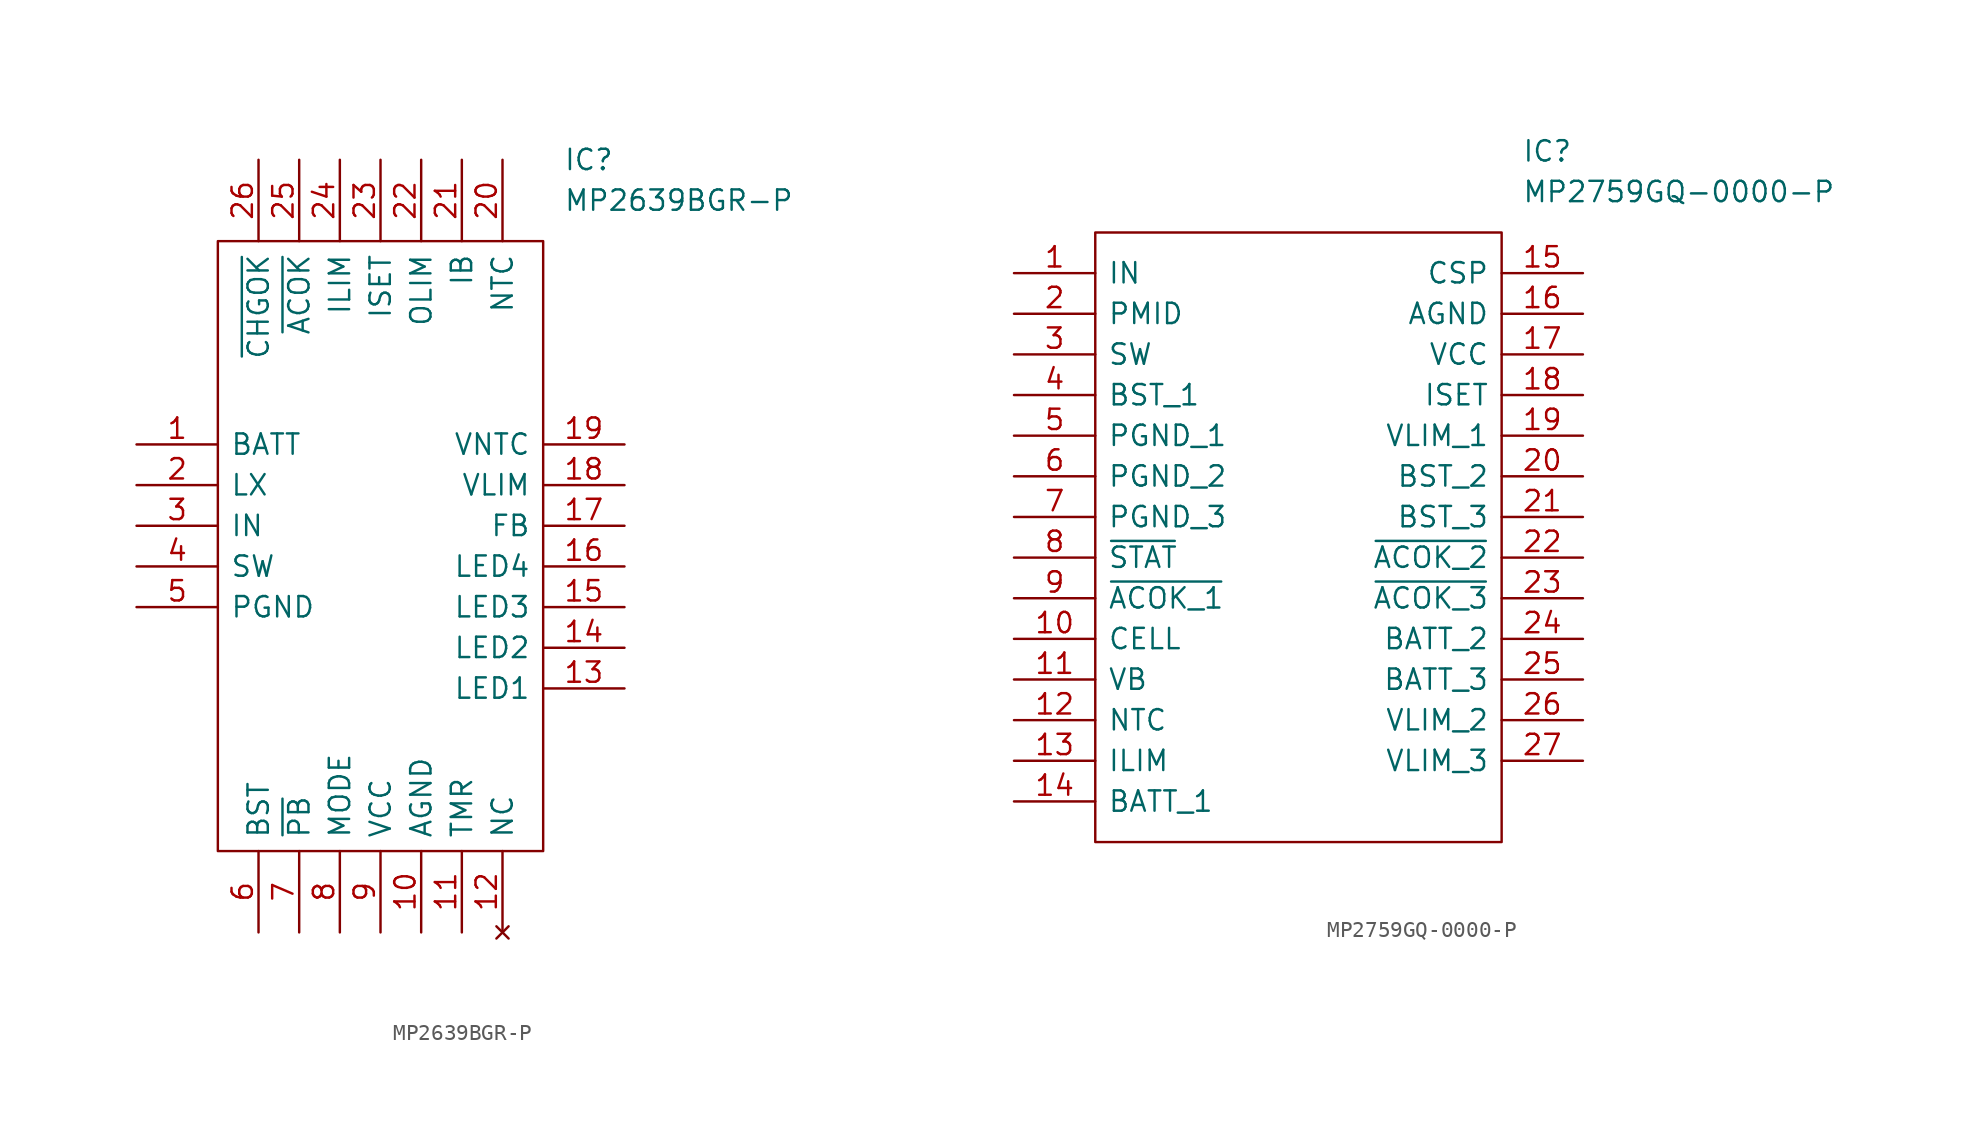
<source format=kicad_sym>
(kicad_symbol_lib
  (version 20211014)
  (generator kicad_symbol_editor)
  (symbol "MP2639BGR-P"
    (pin_names
      (offset 0.762))
    (property "Reference" "IC"
      (at 26.67 17.78 0)
      (effects (font (size 1.27 1.27)) (justify left)))
    (property "Value" "MP2639BGR-P"
      (at 26.67 15.24 0)
      (effects (font (size 1.27 1.27)) (justify left)))
    (symbol "MP2639BGR-P_0_0"
      (pin passive line (at 0 0 0) (length 5.08) (name "BATT" (effects (font (size 1.27 1.27)))) (number "1" (effects (font (size 1.27 1.27)))))
      (pin passive line (at 17.78 -30.48 90) (length 5.08) (name "AGND" (effects (font (size 1.27 1.27)))) (number "10" (effects (font (size 1.27 1.27)))))
      (pin passive line (at 20.32 -30.48 90) (length 5.08) (name "TMR" (effects (font (size 1.27 1.27)))) (number "11" (effects (font (size 1.27 1.27)))))
      (pin no_connect line (at 22.86 -30.48 90) (length 5.08) (name "NC" (effects (font (size 1.27 1.27)))) (number "12" (effects (font (size 1.27 1.27)))))
      (pin passive line (at 30.48 -15.24 180) (length 5.08) (name "LED1" (effects (font (size 1.27 1.27)))) (number "13" (effects (font (size 1.27 1.27)))))
      (pin passive line (at 30.48 -12.7 180) (length 5.08) (name "LED2" (effects (font (size 1.27 1.27)))) (number "14" (effects (font (size 1.27 1.27)))))
      (pin passive line (at 30.48 -10.16 180) (length 5.08) (name "LED3" (effects (font (size 1.27 1.27)))) (number "15" (effects (font (size 1.27 1.27)))))
      (pin passive line (at 30.48 -7.62 180) (length 5.08) (name "LED4" (effects (font (size 1.27 1.27)))) (number "16" (effects (font (size 1.27 1.27)))))
      (pin passive line (at 30.48 -5.08 180) (length 5.08) (name "FB" (effects (font (size 1.27 1.27)))) (number "17" (effects (font (size 1.27 1.27)))))
      (pin passive line (at 30.48 -2.54 180) (length 5.08) (name "VLIM" (effects (font (size 1.27 1.27)))) (number "18" (effects (font (size 1.27 1.27)))))
      (pin passive line (at 30.48 0 180) (length 5.08) (name "VNTC" (effects (font (size 1.27 1.27)))) (number "19" (effects (font (size 1.27 1.27)))))
      (pin passive line (at 0 -2.54 0) (length 5.08) (name "LX" (effects (font (size 1.27 1.27)))) (number "2" (effects (font (size 1.27 1.27)))))
      (pin passive line (at 22.86 17.78 270) (length 5.08) (name "NTC" (effects (font (size 1.27 1.27)))) (number "20" (effects (font (size 1.27 1.27)))))
      (pin passive line (at 20.32 17.78 270) (length 5.08) (name "IB" (effects (font (size 1.27 1.27)))) (number "21" (effects (font (size 1.27 1.27)))))
      (pin passive line (at 17.78 17.78 270) (length 5.08) (name "OLIM" (effects (font (size 1.27 1.27)))) (number "22" (effects (font (size 1.27 1.27)))))
      (pin passive line (at 15.24 17.78 270) (length 5.08) (name "ISET" (effects (font (size 1.27 1.27)))) (number "23" (effects (font (size 1.27 1.27)))))
      (pin passive line (at 12.7 17.78 270) (length 5.08) (name "ILIM" (effects (font (size 1.27 1.27)))) (number "24" (effects (font (size 1.27 1.27)))))
      (pin passive line (at 10.16 17.78 270) (length 5.08) (name "~{ACOK}" (effects (font (size 1.27 1.27)))) (number "25" (effects (font (size 1.27 1.27)))))
      (pin passive line (at 7.62 17.78 270) (length 5.08) (name "~{CHGOK}" (effects (font (size 1.27 1.27)))) (number "26" (effects (font (size 1.27 1.27)))))
      (pin passive line (at 0 -5.08 0) (length 5.08) (name "IN" (effects (font (size 1.27 1.27)))) (number "3" (effects (font (size 1.27 1.27)))))
      (pin passive line (at 0 -7.62 0) (length 5.08) (name "SW" (effects (font (size 1.27 1.27)))) (number "4" (effects (font (size 1.27 1.27)))))
      (pin passive line (at 0 -10.16 0) (length 5.08) (name "PGND" (effects (font (size 1.27 1.27)))) (number "5" (effects (font (size 1.27 1.27)))))
      (pin passive line (at 7.62 -30.48 90) (length 5.08) (name "BST" (effects (font (size 1.27 1.27)))) (number "6" (effects (font (size 1.27 1.27)))))
      (pin passive line (at 10.16 -30.48 90) (length 5.08) (name "~{PB}" (effects (font (size 1.27 1.27)))) (number "7" (effects (font (size 1.27 1.27)))))
      (pin passive line (at 12.7 -30.48 90) (length 5.08) (name "MODE" (effects (font (size 1.27 1.27)))) (number "8" (effects (font (size 1.27 1.27)))))
      (pin passive line (at 15.24 -30.48 90) (length 5.08) (name "VCC" (effects (font (size 1.27 1.27)))) (number "9" (effects (font (size 1.27 1.27))))))
    (symbol "MP2639BGR-P_0_1"
      (polyline (pts (xy 5.08 12.7) (xy 25.4 12.7) (xy 25.4 -25.4) (xy 5.08 -25.4) (xy 5.08 12.7)) (stroke (width 0.152) (type default) (color 0 0 0 0)) (fill (type none)))))
  (symbol "MP2759GQ-0000-P"
    (pin_names
      (offset 0.762))
    (property "Reference" "IC"
      (at 31.75 7.62 0)
      (effects (font (size 1.27 1.27)) (justify left)))
    (property "Value" "MP2759GQ-0000-P"
      (at 31.75 5.08 0)
      (effects (font (size 1.27 1.27)) (justify left)))
    (symbol "MP2759GQ-0000-P_0_0"
      (pin passive line (at 0 0 0) (length 5.08) (name "IN" (effects (font (size 1.27 1.27)))) (number "1" (effects (font (size 1.27 1.27)))))
      (pin passive line (at 0 -22.86 0) (length 5.08) (name "CELL" (effects (font (size 1.27 1.27)))) (number "10" (effects (font (size 1.27 1.27)))))
      (pin passive line (at 0 -25.4 0) (length 5.08) (name "VB" (effects (font (size 1.27 1.27)))) (number "11" (effects (font (size 1.27 1.27)))))
      (pin passive line (at 0 -27.94 0) (length 5.08) (name "NTC" (effects (font (size 1.27 1.27)))) (number "12" (effects (font (size 1.27 1.27)))))
      (pin passive line (at 0 -30.48 0) (length 5.08) (name "ILIM" (effects (font (size 1.27 1.27)))) (number "13" (effects (font (size 1.27 1.27)))))
      (pin passive line (at 0 -33.02 0) (length 5.08) (name "BATT_1" (effects (font (size 1.27 1.27)))) (number "14" (effects (font (size 1.27 1.27)))))
      (pin passive line (at 35.56 0 180) (length 5.08) (name "CSP" (effects (font (size 1.27 1.27)))) (number "15" (effects (font (size 1.27 1.27)))))
      (pin passive line (at 35.56 -2.54 180) (length 5.08) (name "AGND" (effects (font (size 1.27 1.27)))) (number "16" (effects (font (size 1.27 1.27)))))
      (pin passive line (at 35.56 -5.08 180) (length 5.08) (name "VCC" (effects (font (size 1.27 1.27)))) (number "17" (effects (font (size 1.27 1.27)))))
      (pin passive line (at 35.56 -7.62 180) (length 5.08) (name "ISET" (effects (font (size 1.27 1.27)))) (number "18" (effects (font (size 1.27 1.27)))))
      (pin passive line (at 35.56 -10.16 180) (length 5.08) (name "VLIM_1" (effects (font (size 1.27 1.27)))) (number "19" (effects (font (size 1.27 1.27)))))
      (pin passive line (at 0 -2.54 0) (length 5.08) (name "PMID" (effects (font (size 1.27 1.27)))) (number "2" (effects (font (size 1.27 1.27)))))
      (pin passive line (at 35.56 -12.7 180) (length 5.08) (name "BST_2" (effects (font (size 1.27 1.27)))) (number "20" (effects (font (size 1.27 1.27)))))
      (pin passive line (at 35.56 -15.24 180) (length 5.08) (name "BST_3" (effects (font (size 1.27 1.27)))) (number "21" (effects (font (size 1.27 1.27)))))
      (pin passive line (at 35.56 -17.78 180) (length 5.08) (name "~{ACOK_2}" (effects (font (size 1.27 1.27)))) (number "22" (effects (font (size 1.27 1.27)))))
      (pin passive line (at 35.56 -20.32 180) (length 5.08) (name "~{ACOK_3}" (effects (font (size 1.27 1.27)))) (number "23" (effects (font (size 1.27 1.27)))))
      (pin passive line (at 35.56 -22.86 180) (length 5.08) (name "BATT_2" (effects (font (size 1.27 1.27)))) (number "24" (effects (font (size 1.27 1.27)))))
      (pin passive line (at 35.56 -25.4 180) (length 5.08) (name "BATT_3" (effects (font (size 1.27 1.27)))) (number "25" (effects (font (size 1.27 1.27)))))
      (pin passive line (at 35.56 -27.94 180) (length 5.08) (name "VLIM_2" (effects (font (size 1.27 1.27)))) (number "26" (effects (font (size 1.27 1.27)))))
      (pin passive line (at 35.56 -30.48 180) (length 5.08) (name "VLIM_3" (effects (font (size 1.27 1.27)))) (number "27" (effects (font (size 1.27 1.27)))))
      (pin passive line (at 0 -5.08 0) (length 5.08) (name "SW" (effects (font (size 1.27 1.27)))) (number "3" (effects (font (size 1.27 1.27)))))
      (pin passive line (at 0 -7.62 0) (length 5.08) (name "BST_1" (effects (font (size 1.27 1.27)))) (number "4" (effects (font (size 1.27 1.27)))))
      (pin passive line (at 0 -10.16 0) (length 5.08) (name "PGND_1" (effects (font (size 1.27 1.27)))) (number "5" (effects (font (size 1.27 1.27)))))
      (pin passive line (at 0 -12.7 0) (length 5.08) (name "PGND_2" (effects (font (size 1.27 1.27)))) (number "6" (effects (font (size 1.27 1.27)))))
      (pin passive line (at 0 -15.24 0) (length 5.08) (name "PGND_3" (effects (font (size 1.27 1.27)))) (number "7" (effects (font (size 1.27 1.27)))))
      (pin passive line (at 0 -17.78 0) (length 5.08) (name "~{STAT}" (effects (font (size 1.27 1.27)))) (number "8" (effects (font (size 1.27 1.27)))))
      (pin passive line (at 0 -20.32 0) (length 5.08) (name "~{ACOK_1}" (effects (font (size 1.27 1.27)))) (number "9" (effects (font (size 1.27 1.27))))))
    (symbol "MP2759GQ-0000-P_0_1"
      (polyline (pts (xy 5.08 2.54) (xy 30.48 2.54) (xy 30.48 -35.56) (xy 5.08 -35.56) (xy 5.08 2.54)) (stroke (width 0.152) (type default) (color 0 0 0 0)) (fill (type none))))))
</source>
